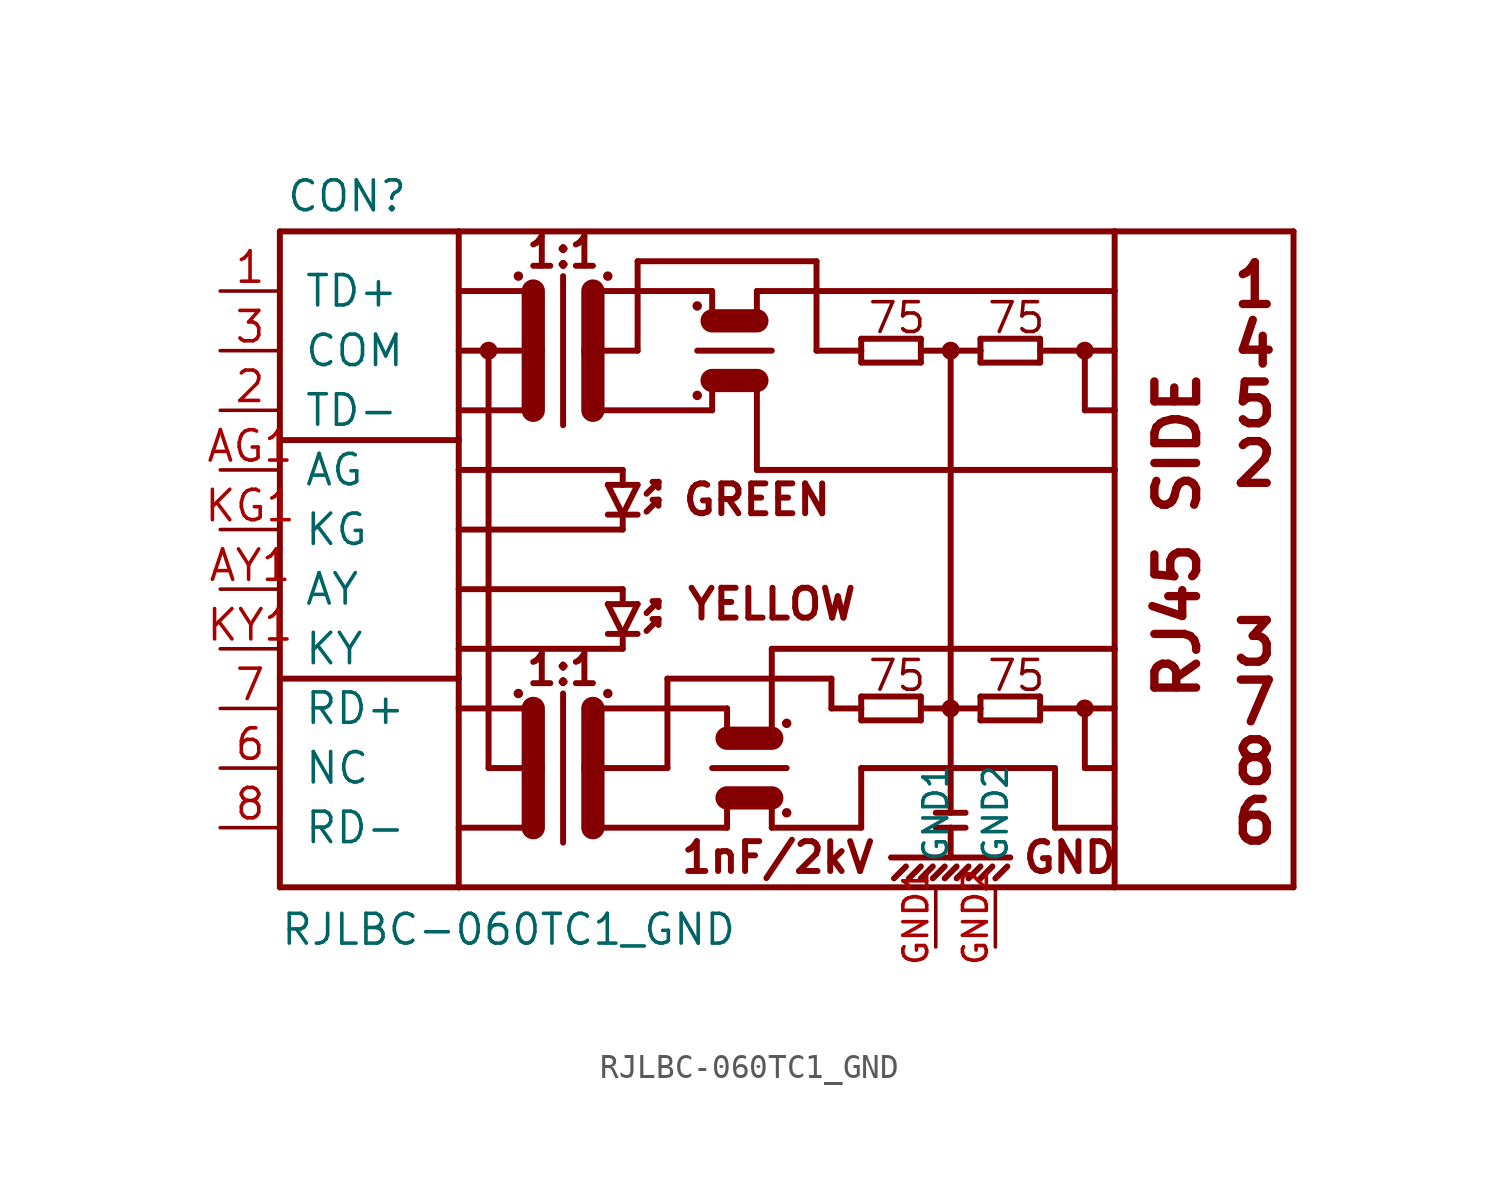
<source format=kicad_sym>
(kicad_symbol_lib
  (version 20211014)
  (generator kicad_symbol_editor)
  (symbol "RJLBC-060TC1_GND"
    (pin_names
      (offset 1.016))
    (property "Reference" "CON"
      (at -22.606 16.002 0)
      (effects (font (size 1.27 1.27)) (justify left bottom)))
    (property "Value" "RJLBC-060TC1_GND"
      (at -22.86 -15.24 0)
      (effects (font (size 1.27 1.27)) (justify left bottom)))
    (property "ki_locked" ""
      (at 0 0 0)
      (effects (font (size 1.27 1.27))))
    (symbol "RJLBC-060TC1_GND_1_0"
      (polyline (pts (xy -22.86 -12.7) (xy -15.24 -12.7)) (stroke (width 0.254) (type default) (color 0 0 0 0)) (fill (type none)))
      (polyline (pts (xy -22.86 -3.81) (xy -22.86 -12.7)) (stroke (width 0.254) (type default) (color 0 0 0 0)) (fill (type none)))
      (polyline (pts (xy -22.86 -3.81) (xy -15.24 -3.81)) (stroke (width 0.254) (type default) (color 0 0 0 0)) (fill (type none)))
      (polyline (pts (xy -22.86 6.35) (xy -22.86 -3.81)) (stroke (width 0.254) (type default) (color 0 0 0 0)) (fill (type none)))
      (polyline (pts (xy -22.86 6.35) (xy -15.24 6.35)) (stroke (width 0.254) (type default) (color 0 0 0 0)) (fill (type none)))
      (polyline (pts (xy -22.86 15.24) (xy -22.86 6.35)) (stroke (width 0.254) (type default) (color 0 0 0 0)) (fill (type none)))
      (polyline (pts (xy -22.86 15.24) (xy -15.24 15.24)) (stroke (width 0.254) (type default) (color 0 0 0 0)) (fill (type none)))
      (polyline (pts (xy -15.24 -12.7) (xy 12.7 -12.7)) (stroke (width 0.254) (type default) (color 0 0 0 0)) (fill (type none)))
      (polyline (pts (xy -15.24 -10.16) (xy -15.24 -12.7)) (stroke (width 0.254) (type default) (color 0 0 0 0)) (fill (type none)))
      (polyline (pts (xy -15.24 -10.16) (xy -12.065 -10.16)) (stroke (width 0.254) (type default) (color 0 0 0 0)) (fill (type none)))
      (polyline (pts (xy -15.24 -5.08) (xy -15.24 -10.16)) (stroke (width 0.254) (type default) (color 0 0 0 0)) (fill (type none)))
      (polyline (pts (xy -15.24 -3.81) (xy -15.24 -5.08)) (stroke (width 0.254) (type default) (color 0 0 0 0)) (fill (type none)))
      (polyline (pts (xy -15.24 -2.54) (xy -15.24 -3.81)) (stroke (width 0.254) (type default) (color 0 0 0 0)) (fill (type none)))
      (polyline (pts (xy -15.24 0) (xy -15.24 -2.54)) (stroke (width 0.254) (type default) (color 0 0 0 0)) (fill (type none)))
      (polyline (pts (xy -15.24 2.54) (xy -15.24 0)) (stroke (width 0.254) (type default) (color 0 0 0 0)) (fill (type none)))
      (polyline (pts (xy -15.24 5.08) (xy -15.24 2.54)) (stroke (width 0.254) (type default) (color 0 0 0 0)) (fill (type none)))
      (polyline (pts (xy -15.24 6.35) (xy -15.24 5.08)) (stroke (width 0.254) (type default) (color 0 0 0 0)) (fill (type none)))
      (polyline (pts (xy -15.24 10.16) (xy -15.24 6.35)) (stroke (width 0.254) (type default) (color 0 0 0 0)) (fill (type none)))
      (polyline (pts (xy -15.24 15.24) (xy -15.24 10.16)) (stroke (width 0.254) (type default) (color 0 0 0 0)) (fill (type none)))
      (polyline (pts (xy -15.24 15.24) (xy 12.7 15.24)) (stroke (width 0.254) (type default) (color 0 0 0 0)) (fill (type none)))
      (polyline (pts (xy -13.97 -7.62) (xy -12.065 -7.62)) (stroke (width 0.254) (type default) (color 0 0 0 0)) (fill (type none)))
      (polyline (pts (xy -13.97 10.16) (xy -15.24 10.16)) (stroke (width 0.254) (type default) (color 0 0 0 0)) (fill (type none)))
      (polyline (pts (xy -13.97 10.16) (xy -13.97 -7.62)) (stroke (width 0.254) (type default) (color 0 0 0 0)) (fill (type none)))
      (polyline (pts (xy -12.065 -7.62) (xy -12.065 -10.16)) (stroke (width 0.991) (type default) (color 0 0 0 0)) (fill (type none)))
      (polyline (pts (xy -12.065 -5.08) (xy -15.24 -5.08)) (stroke (width 0.254) (type default) (color 0 0 0 0)) (fill (type none)))
      (polyline (pts (xy -12.065 -5.08) (xy -12.065 -7.62)) (stroke (width 0.991) (type default) (color 0 0 0 0)) (fill (type none)))
      (polyline (pts (xy -12.065 7.62) (xy -15.24 7.62)) (stroke (width 0.254) (type default) (color 0 0 0 0)) (fill (type none)))
      (polyline (pts (xy -12.065 10.16) (xy -13.97 10.16)) (stroke (width 0.254) (type default) (color 0 0 0 0)) (fill (type none)))
      (polyline (pts (xy -12.065 10.16) (xy -12.065 7.62)) (stroke (width 0.991) (type default) (color 0 0 0 0)) (fill (type none)))
      (polyline (pts (xy -12.065 12.7) (xy -15.24 12.7)) (stroke (width 0.254) (type default) (color 0 0 0 0)) (fill (type none)))
      (polyline (pts (xy -12.065 12.7) (xy -12.065 10.16)) (stroke (width 0.991) (type default) (color 0 0 0 0)) (fill (type none)))
      (polyline (pts (xy -10.795 -4.445) (xy -10.795 -10.795)) (stroke (width 0.254) (type default) (color 0 0 0 0)) (fill (type none)))
      (polyline (pts (xy -10.795 13.335) (xy -10.795 6.985)) (stroke (width 0.254) (type default) (color 0 0 0 0)) (fill (type none)))
      (polyline (pts (xy -9.525 -7.62) (xy -9.525 -10.16)) (stroke (width 0.991) (type default) (color 0 0 0 0)) (fill (type none)))
      (polyline (pts (xy -9.525 -7.62) (xy -6.35 -7.62)) (stroke (width 0.254) (type default) (color 0 0 0 0)) (fill (type none)))
      (polyline (pts (xy -9.525 -5.08) (xy -9.525 -7.62)) (stroke (width 0.991) (type default) (color 0 0 0 0)) (fill (type none)))
      (polyline (pts (xy -9.525 -5.08) (xy -3.81 -5.08)) (stroke (width 0.254) (type default) (color 0 0 0 0)) (fill (type none)))
      (polyline (pts (xy -9.525 10.16) (xy -9.525 7.62)) (stroke (width 0.991) (type default) (color 0 0 0 0)) (fill (type none)))
      (polyline (pts (xy -9.525 10.16) (xy -7.62 10.16)) (stroke (width 0.254) (type default) (color 0 0 0 0)) (fill (type none)))
      (polyline (pts (xy -9.525 12.7) (xy -9.525 10.16)) (stroke (width 0.991) (type default) (color 0 0 0 0)) (fill (type none)))
      (polyline (pts (xy -9.525 12.7) (xy -4.445 12.7)) (stroke (width 0.254) (type default) (color 0 0 0 0)) (fill (type none)))
      (polyline (pts (xy -8.89 -1.905) (xy -8.255 -1.905)) (stroke (width 0.254) (type default) (color 0 0 0 0)) (fill (type none)))
      (polyline (pts (xy -8.89 -0.635) (xy -8.255 -0.635)) (stroke (width 0.254) (type default) (color 0 0 0 0)) (fill (type none)))
      (polyline (pts (xy -8.89 3.175) (xy -8.255 3.175)) (stroke (width 0.254) (type default) (color 0 0 0 0)) (fill (type none)))
      (polyline (pts (xy -8.89 4.445) (xy -8.255 4.445)) (stroke (width 0.254) (type default) (color 0 0 0 0)) (fill (type none)))
      (polyline (pts (xy -8.255 -2.54) (xy -15.24 -2.54)) (stroke (width 0.254) (type default) (color 0 0 0 0)) (fill (type none)))
      (polyline (pts (xy -8.255 -1.905) (xy -8.89 -0.635)) (stroke (width 0.254) (type default) (color 0 0 0 0)) (fill (type none)))
      (polyline (pts (xy -8.255 -1.905) (xy -8.255 -2.54)) (stroke (width 0.254) (type default) (color 0 0 0 0)) (fill (type none)))
      (polyline (pts (xy -8.255 -1.905) (xy -7.62 -1.905)) (stroke (width 0.254) (type default) (color 0 0 0 0)) (fill (type none)))
      (polyline (pts (xy -8.255 -0.635) (xy -8.255 0)) (stroke (width 0.254) (type default) (color 0 0 0 0)) (fill (type none)))
      (polyline (pts (xy -8.255 -0.635) (xy -7.62 -0.635)) (stroke (width 0.254) (type default) (color 0 0 0 0)) (fill (type none)))
      (polyline (pts (xy -8.255 0) (xy -15.24 0)) (stroke (width 0.254) (type default) (color 0 0 0 0)) (fill (type none)))
      (polyline (pts (xy -8.255 2.54) (xy -15.24 2.54)) (stroke (width 0.254) (type default) (color 0 0 0 0)) (fill (type none)))
      (polyline (pts (xy -8.255 3.175) (xy -8.89 4.445)) (stroke (width 0.254) (type default) (color 0 0 0 0)) (fill (type none)))
      (polyline (pts (xy -8.255 3.175) (xy -8.255 2.54)) (stroke (width 0.254) (type default) (color 0 0 0 0)) (fill (type none)))
      (polyline (pts (xy -8.255 3.175) (xy -7.62 3.175)) (stroke (width 0.254) (type default) (color 0 0 0 0)) (fill (type none)))
      (polyline (pts (xy -8.255 4.445) (xy -8.255 5.08)) (stroke (width 0.254) (type default) (color 0 0 0 0)) (fill (type none)))
      (polyline (pts (xy -8.255 4.445) (xy -7.62 4.445)) (stroke (width 0.254) (type default) (color 0 0 0 0)) (fill (type none)))
      (polyline (pts (xy -8.255 5.08) (xy -15.24 5.08)) (stroke (width 0.254) (type default) (color 0 0 0 0)) (fill (type none)))
      (polyline (pts (xy -7.62 -0.635) (xy -8.255 -1.905)) (stroke (width 0.254) (type default) (color 0 0 0 0)) (fill (type none)))
      (polyline (pts (xy -7.62 4.445) (xy -8.255 3.175)) (stroke (width 0.254) (type default) (color 0 0 0 0)) (fill (type none)))
      (polyline (pts (xy -7.62 10.16) (xy -7.62 13.97)) (stroke (width 0.254) (type default) (color 0 0 0 0)) (fill (type none)))
      (polyline (pts (xy -7.62 13.97) (xy 0 13.97)) (stroke (width 0.254) (type default) (color 0 0 0 0)) (fill (type none)))
      (polyline (pts (xy -7.239 -1.778) (xy -6.731 -1.27)) (stroke (width 0.254) (type default) (color 0 0 0 0)) (fill (type none)))
      (polyline (pts (xy -7.239 -1.016) (xy -6.731 -0.508)) (stroke (width 0.254) (type default) (color 0 0 0 0)) (fill (type none)))
      (polyline (pts (xy -7.239 3.302) (xy -6.731 3.81)) (stroke (width 0.254) (type default) (color 0 0 0 0)) (fill (type none)))
      (polyline (pts (xy -7.239 4.064) (xy -6.731 4.572)) (stroke (width 0.254) (type default) (color 0 0 0 0)) (fill (type none)))
      (polyline (pts (xy -6.731 -1.27) (xy -6.985 -1.27)) (stroke (width 0.254) (type default) (color 0 0 0 0)) (fill (type none)))
      (polyline (pts (xy -6.731 -1.27) (xy -6.731 -1.524)) (stroke (width 0.254) (type default) (color 0 0 0 0)) (fill (type none)))
      (polyline (pts (xy -6.731 -0.508) (xy -6.985 -0.508)) (stroke (width 0.254) (type default) (color 0 0 0 0)) (fill (type none)))
      (polyline (pts (xy -6.731 -0.508) (xy -6.731 -0.762)) (stroke (width 0.254) (type default) (color 0 0 0 0)) (fill (type none)))
      (polyline (pts (xy -6.731 3.81) (xy -6.985 3.81)) (stroke (width 0.254) (type default) (color 0 0 0 0)) (fill (type none)))
      (polyline (pts (xy -6.731 3.81) (xy -6.731 3.556)) (stroke (width 0.254) (type default) (color 0 0 0 0)) (fill (type none)))
      (polyline (pts (xy -6.731 4.572) (xy -6.985 4.572)) (stroke (width 0.254) (type default) (color 0 0 0 0)) (fill (type none)))
      (polyline (pts (xy -6.731 4.572) (xy -6.731 4.318)) (stroke (width 0.254) (type default) (color 0 0 0 0)) (fill (type none)))
      (polyline (pts (xy -6.35 -7.62) (xy -6.35 -3.81)) (stroke (width 0.254) (type default) (color 0 0 0 0)) (fill (type none)))
      (polyline (pts (xy -6.35 -3.81) (xy 0.635 -3.81)) (stroke (width 0.254) (type default) (color 0 0 0 0)) (fill (type none)))
      (polyline (pts (xy -5.08 10.16) (xy -1.905 10.16)) (stroke (width 0.254) (type default) (color 0 0 0 0)) (fill (type none)))
      (polyline (pts (xy -4.445 -7.62) (xy -1.27 -7.62)) (stroke (width 0.254) (type default) (color 0 0 0 0)) (fill (type none)))
      (polyline (pts (xy -4.445 7.62) (xy -9.525 7.62)) (stroke (width 0.254) (type default) (color 0 0 0 0)) (fill (type none)))
      (polyline (pts (xy -4.445 8.89) (xy -4.445 7.62)) (stroke (width 0.254) (type default) (color 0 0 0 0)) (fill (type none)))
      (polyline (pts (xy -4.445 8.89) (xy -2.54 8.89)) (stroke (width 0.991) (type default) (color 0 0 0 0)) (fill (type none)))
      (polyline (pts (xy -4.445 11.43) (xy -4.445 12.7)) (stroke (width 0.254) (type default) (color 0 0 0 0)) (fill (type none)))
      (polyline (pts (xy -4.445 11.43) (xy -2.54 11.43)) (stroke (width 0.991) (type default) (color 0 0 0 0)) (fill (type none)))
      (polyline (pts (xy -3.81 -10.16) (xy -9.525 -10.16)) (stroke (width 0.254) (type default) (color 0 0 0 0)) (fill (type none)))
      (polyline (pts (xy -3.81 -10.16) (xy -3.81 -8.89)) (stroke (width 0.254) (type default) (color 0 0 0 0)) (fill (type none)))
      (polyline (pts (xy -3.81 -8.89) (xy -1.905 -8.89)) (stroke (width 0.991) (type default) (color 0 0 0 0)) (fill (type none)))
      (polyline (pts (xy -3.81 -6.35) (xy -3.81 -5.08)) (stroke (width 0.254) (type default) (color 0 0 0 0)) (fill (type none)))
      (polyline (pts (xy -3.81 -6.35) (xy -1.905 -6.35)) (stroke (width 0.991) (type default) (color 0 0 0 0)) (fill (type none)))
      (polyline (pts (xy -2.54 5.08) (xy 12.7 5.08)) (stroke (width 0.254) (type default) (color 0 0 0 0)) (fill (type none)))
      (polyline (pts (xy -2.54 8.89) (xy -2.54 5.08)) (stroke (width 0.254) (type default) (color 0 0 0 0)) (fill (type none)))
      (polyline (pts (xy -2.54 11.43) (xy -2.54 12.7)) (stroke (width 0.254) (type default) (color 0 0 0 0)) (fill (type none)))
      (polyline (pts (xy -2.54 12.7) (xy 12.7 12.7)) (stroke (width 0.254) (type default) (color 0 0 0 0)) (fill (type none)))
      (polyline (pts (xy -1.905 -8.89) (xy -1.905 -10.16)) (stroke (width 0.254) (type default) (color 0 0 0 0)) (fill (type none)))
      (polyline (pts (xy -1.905 -6.35) (xy -1.905 -2.54)) (stroke (width 0.254) (type default) (color 0 0 0 0)) (fill (type none)))
      (polyline (pts (xy -1.905 -2.54) (xy 12.7 -2.54)) (stroke (width 0.254) (type default) (color 0 0 0 0)) (fill (type none)))
      (polyline (pts (xy 0 10.16) (xy 1.905 10.16)) (stroke (width 0.254) (type default) (color 0 0 0 0)) (fill (type none)))
      (polyline (pts (xy 0 13.97) (xy 0 10.16)) (stroke (width 0.254) (type default) (color 0 0 0 0)) (fill (type none)))
      (polyline (pts (xy 0.635 -5.08) (xy 1.905 -5.08)) (stroke (width 0.254) (type default) (color 0 0 0 0)) (fill (type none)))
      (polyline (pts (xy 0.635 -3.81) (xy 0.635 -5.08)) (stroke (width 0.254) (type default) (color 0 0 0 0)) (fill (type none)))
      (polyline (pts (xy 1.905 -10.16) (xy -1.905 -10.16)) (stroke (width 0.254) (type default) (color 0 0 0 0)) (fill (type none)))
      (polyline (pts (xy 1.905 -7.62) (xy 1.905 -10.16)) (stroke (width 0.254) (type default) (color 0 0 0 0)) (fill (type none)))
      (polyline (pts (xy 1.905 -5.588) (xy 4.445 -5.588)) (stroke (width 0.254) (type default) (color 0 0 0 0)) (fill (type none)))
      (polyline (pts (xy 1.905 -5.08) (xy 1.905 -5.588)) (stroke (width 0.254) (type default) (color 0 0 0 0)) (fill (type none)))
      (polyline (pts (xy 1.905 -4.572) (xy 1.905 -5.08)) (stroke (width 0.254) (type default) (color 0 0 0 0)) (fill (type none)))
      (polyline (pts (xy 1.905 9.652) (xy 4.445 9.652)) (stroke (width 0.254) (type default) (color 0 0 0 0)) (fill (type none)))
      (polyline (pts (xy 1.905 10.16) (xy 1.905 9.652)) (stroke (width 0.254) (type default) (color 0 0 0 0)) (fill (type none)))
      (polyline (pts (xy 1.905 10.668) (xy 1.905 10.16)) (stroke (width 0.254) (type default) (color 0 0 0 0)) (fill (type none)))
      (polyline (pts (xy 3.175 -11.43) (xy 8.255 -11.43)) (stroke (width 0.254) (type default) (color 0 0 0 0)) (fill (type none)))
      (polyline (pts (xy 3.302 -12.319) (xy 3.81 -11.811)) (stroke (width 0.254) (type default) (color 0 0 0 0)) (fill (type none)))
      (polyline (pts (xy 3.937 -12.319) (xy 4.445 -11.811)) (stroke (width 0.254) (type default) (color 0 0 0 0)) (fill (type none)))
      (polyline (pts (xy 4.445 -12.319) (xy 4.953 -11.811)) (stroke (width 0.254) (type default) (color 0 0 0 0)) (fill (type none)))
      (polyline (pts (xy 4.445 -5.588) (xy 4.445 -4.572)) (stroke (width 0.254) (type default) (color 0 0 0 0)) (fill (type none)))
      (polyline (pts (xy 4.445 -5.08) (xy 5.715 -5.08)) (stroke (width 0.254) (type default) (color 0 0 0 0)) (fill (type none)))
      (polyline (pts (xy 4.445 -4.572) (xy 1.905 -4.572)) (stroke (width 0.254) (type default) (color 0 0 0 0)) (fill (type none)))
      (polyline (pts (xy 4.445 9.652) (xy 4.445 10.668)) (stroke (width 0.254) (type default) (color 0 0 0 0)) (fill (type none)))
      (polyline (pts (xy 4.445 10.16) (xy 5.715 10.16)) (stroke (width 0.254) (type default) (color 0 0 0 0)) (fill (type none)))
      (polyline (pts (xy 4.445 10.668) (xy 1.905 10.668)) (stroke (width 0.254) (type default) (color 0 0 0 0)) (fill (type none)))
      (polyline (pts (xy 4.953 -12.319) (xy 5.461 -11.811)) (stroke (width 0.254) (type default) (color 0 0 0 0)) (fill (type none)))
      (polyline (pts (xy 5.08 -10.16) (xy 5.715 -10.16)) (stroke (width 0.254) (type default) (color 0 0 0 0)) (fill (type none)))
      (polyline (pts (xy 5.08 -9.525) (xy 6.35 -9.525)) (stroke (width 0.254) (type default) (color 0 0 0 0)) (fill (type none)))
      (polyline (pts (xy 5.461 -12.319) (xy 5.969 -11.811)) (stroke (width 0.254) (type default) (color 0 0 0 0)) (fill (type none)))
      (polyline (pts (xy 5.715 -10.16) (xy 5.715 -11.43)) (stroke (width 0.254) (type default) (color 0 0 0 0)) (fill (type none)))
      (polyline (pts (xy 5.715 -10.16) (xy 6.35 -10.16)) (stroke (width 0.254) (type default) (color 0 0 0 0)) (fill (type none)))
      (polyline (pts (xy 5.715 -5.08) (xy 5.715 -9.525)) (stroke (width 0.254) (type default) (color 0 0 0 0)) (fill (type none)))
      (polyline (pts (xy 5.715 -5.08) (xy 6.985 -5.08)) (stroke (width 0.254) (type default) (color 0 0 0 0)) (fill (type none)))
      (polyline (pts (xy 5.715 10.16) (xy 5.715 -5.08)) (stroke (width 0.254) (type default) (color 0 0 0 0)) (fill (type none)))
      (polyline (pts (xy 5.715 10.16) (xy 6.985 10.16)) (stroke (width 0.254) (type default) (color 0 0 0 0)) (fill (type none)))
      (polyline (pts (xy 5.969 -12.319) (xy 6.477 -11.811)) (stroke (width 0.254) (type default) (color 0 0 0 0)) (fill (type none)))
      (polyline (pts (xy 6.477 -12.319) (xy 6.985 -11.811)) (stroke (width 0.254) (type default) (color 0 0 0 0)) (fill (type none)))
      (polyline (pts (xy 6.985 -12.319) (xy 7.493 -11.811)) (stroke (width 0.254) (type default) (color 0 0 0 0)) (fill (type none)))
      (polyline (pts (xy 6.985 -5.588) (xy 9.525 -5.588)) (stroke (width 0.254) (type default) (color 0 0 0 0)) (fill (type none)))
      (polyline (pts (xy 6.985 -5.08) (xy 6.985 -5.588)) (stroke (width 0.254) (type default) (color 0 0 0 0)) (fill (type none)))
      (polyline (pts (xy 6.985 -4.572) (xy 6.985 -5.08)) (stroke (width 0.254) (type default) (color 0 0 0 0)) (fill (type none)))
      (polyline (pts (xy 6.985 9.652) (xy 9.525 9.652)) (stroke (width 0.254) (type default) (color 0 0 0 0)) (fill (type none)))
      (polyline (pts (xy 6.985 10.16) (xy 6.985 9.652)) (stroke (width 0.254) (type default) (color 0 0 0 0)) (fill (type none)))
      (polyline (pts (xy 6.985 10.668) (xy 6.985 10.16)) (stroke (width 0.254) (type default) (color 0 0 0 0)) (fill (type none)))
      (polyline (pts (xy 7.62 -12.319) (xy 8.128 -11.811)) (stroke (width 0.254) (type default) (color 0 0 0 0)) (fill (type none)))
      (polyline (pts (xy 9.525 -5.588) (xy 9.525 -5.08)) (stroke (width 0.254) (type default) (color 0 0 0 0)) (fill (type none)))
      (polyline (pts (xy 9.525 -5.08) (xy 9.525 -4.572)) (stroke (width 0.254) (type default) (color 0 0 0 0)) (fill (type none)))
      (polyline (pts (xy 9.525 -5.08) (xy 11.43 -5.08)) (stroke (width 0.254) (type default) (color 0 0 0 0)) (fill (type none)))
      (polyline (pts (xy 9.525 -4.572) (xy 6.985 -4.572)) (stroke (width 0.254) (type default) (color 0 0 0 0)) (fill (type none)))
      (polyline (pts (xy 9.525 9.652) (xy 9.525 10.16)) (stroke (width 0.254) (type default) (color 0 0 0 0)) (fill (type none)))
      (polyline (pts (xy 9.525 10.16) (xy 9.525 10.668)) (stroke (width 0.254) (type default) (color 0 0 0 0)) (fill (type none)))
      (polyline (pts (xy 9.525 10.16) (xy 11.43 10.16)) (stroke (width 0.254) (type default) (color 0 0 0 0)) (fill (type none)))
      (polyline (pts (xy 9.525 10.668) (xy 6.985 10.668)) (stroke (width 0.254) (type default) (color 0 0 0 0)) (fill (type none)))
      (polyline (pts (xy 10.16 -10.16) (xy 10.16 -7.62)) (stroke (width 0.254) (type default) (color 0 0 0 0)) (fill (type none)))
      (polyline (pts (xy 10.16 -7.62) (xy 1.905 -7.62)) (stroke (width 0.254) (type default) (color 0 0 0 0)) (fill (type none)))
      (polyline (pts (xy 11.43 -7.62) (xy 12.7 -7.62)) (stroke (width 0.254) (type default) (color 0 0 0 0)) (fill (type none)))
      (polyline (pts (xy 11.43 -5.08) (xy 11.43 -7.62)) (stroke (width 0.254) (type default) (color 0 0 0 0)) (fill (type none)))
      (polyline (pts (xy 11.43 -5.08) (xy 12.7 -5.08)) (stroke (width 0.254) (type default) (color 0 0 0 0)) (fill (type none)))
      (polyline (pts (xy 11.43 7.62) (xy 12.7 7.62)) (stroke (width 0.254) (type default) (color 0 0 0 0)) (fill (type none)))
      (polyline (pts (xy 11.43 10.16) (xy 11.43 7.62)) (stroke (width 0.254) (type default) (color 0 0 0 0)) (fill (type none)))
      (polyline (pts (xy 11.43 10.16) (xy 12.7 10.16)) (stroke (width 0.254) (type default) (color 0 0 0 0)) (fill (type none)))
      (polyline (pts (xy 12.7 -12.7) (xy 20.32 -12.7)) (stroke (width 0.254) (type default) (color 0 0 0 0)) (fill (type none)))
      (polyline (pts (xy 12.7 -10.16) (xy 10.16 -10.16)) (stroke (width 0.254) (type default) (color 0 0 0 0)) (fill (type none)))
      (polyline (pts (xy 12.7 -10.16) (xy 12.7 -12.7)) (stroke (width 0.254) (type default) (color 0 0 0 0)) (fill (type none)))
      (polyline (pts (xy 12.7 -2.54) (xy 12.7 -10.16)) (stroke (width 0.254) (type default) (color 0 0 0 0)) (fill (type none)))
      (polyline (pts (xy 12.7 5.08) (xy 12.7 -2.54)) (stroke (width 0.254) (type default) (color 0 0 0 0)) (fill (type none)))
      (polyline (pts (xy 12.7 7.62) (xy 12.7 5.08)) (stroke (width 0.254) (type default) (color 0 0 0 0)) (fill (type none)))
      (polyline (pts (xy 12.7 10.16) (xy 12.7 7.62)) (stroke (width 0.254) (type default) (color 0 0 0 0)) (fill (type none)))
      (polyline (pts (xy 12.7 12.7) (xy 12.7 10.16)) (stroke (width 0.254) (type default) (color 0 0 0 0)) (fill (type none)))
      (polyline (pts (xy 12.7 15.24) (xy 12.7 12.7)) (stroke (width 0.254) (type default) (color 0 0 0 0)) (fill (type none)))
      (polyline (pts (xy 12.7 15.24) (xy 20.32 15.24)) (stroke (width 0.254) (type default) (color 0 0 0 0)) (fill (type none)))
      (polyline (pts (xy 20.32 15.24) (xy 20.32 -12.7)) (stroke (width 0.254) (type default) (color 0 0 0 0)) (fill (type none)))
      (text "1" (at 18.669 12.954 0) (effects (font (size 1.778 1.778) bold)))
      (text "1:1" (at -10.795 -3.429 0) (effects (font (size 1.27 1.27) bold)))
      (text "1:1" (at -10.795 14.351 0) (effects (font (size 1.27 1.27) bold)))
      (text "1nF/2kV" (at -1.651 -11.43 0) (effects (font (size 1.27 1.27) bold)))
      (text "2" (at 18.669 5.334 0) (effects (font (size 1.778 1.778) bold)))
      (text "3" (at 18.669 -2.286 0) (effects (font (size 1.778 1.778) bold)))
      (text "4" (at 18.669 10.414 0) (effects (font (size 1.778 1.778) bold)))
      (text "5" (at 18.669 7.874 0) (effects (font (size 1.778 1.778) bold)))
      (text "6" (at 18.669 -9.906 0) (effects (font (size 1.778 1.778) bold)))
      (text "7" (at 18.669 -4.826 0) (effects (font (size 1.778 1.778) bold)))
      (text "75" (at 3.429 -3.683 0) (effects (font (size 1.27 1.27))))
      (text "75" (at 3.429 11.557 0) (effects (font (size 1.27 1.27))))
      (text "75" (at 8.509 -3.683 0) (effects (font (size 1.27 1.27))))
      (text "75" (at 8.509 11.557 0) (effects (font (size 1.27 1.27))))
      (text "8" (at 18.669 -7.366 0) (effects (font (size 1.778 1.778) bold)))
      (text "GND" (at 10.795 -11.43 0) (effects (font (size 1.27 1.27) bold)))
      (text "GREEN" (at -2.54 3.81 0) (effects (font (size 1.27 1.27) bold)))
      (text "RJ45 SIDE" (at 15.367 2.286 900) (effects (font (size 1.778 1.778) bold)))
      (text "YELLOW" (at -1.905 -0.635 0) (effects (font (size 1.27 1.27) bold))))
    (symbol "RJLBC-060TC1_GND_1_1"
      (circle (center -13.97 10.16) (radius 0.254) (stroke (width 0.254) (type default) (color 0 0 0 0)) (fill (type none)))
      (circle (center -12.7 -4.445) (radius 0.127) (stroke (width 0) (type default) (color 0 0 0 0)) (fill (type outline)))
      (circle (center -12.7 13.335) (radius 0.127) (stroke (width 0) (type default) (color 0 0 0 0)) (fill (type outline)))
      (circle (center -8.89 -4.445) (radius 0.127) (stroke (width 0) (type default) (color 0 0 0 0)) (fill (type outline)))
      (circle (center -8.89 13.335) (radius 0.127) (stroke (width 0) (type default) (color 0 0 0 0)) (fill (type outline)))
      (circle (center -5.08 8.255) (radius 0.127) (stroke (width 0) (type default) (color 0 0 0 0)) (fill (type outline)))
      (circle (center -5.08 12.065) (radius 0.127) (stroke (width 0) (type default) (color 0 0 0 0)) (fill (type outline)))
      (circle (center -1.27 -9.525) (radius 0.127) (stroke (width 0) (type default) (color 0 0 0 0)) (fill (type outline)))
      (circle (center -1.27 -5.715) (radius 0.127) (stroke (width 0) (type default) (color 0 0 0 0)) (fill (type outline)))
      (circle (center 5.715 -5.08) (radius 0.254) (stroke (width 0.254) (type default) (color 0 0 0 0)) (fill (type none)))
      (circle (center 5.715 10.16) (radius 0.254) (stroke (width 0.254) (type default) (color 0 0 0 0)) (fill (type none)))
      (circle (center 11.43 -5.08) (radius 0.254) (stroke (width 0.254) (type default) (color 0 0 0 0)) (fill (type none)))
      (circle (center 11.43 10.16) (radius 0.254) (stroke (width 0.254) (type default) (color 0 0 0 0)) (fill (type none)))
      (pin bidirectional line (at -25.4 12.7 0) (length 2.54) (name "TD+" (effects (font (size 1.295 1.295)))) (number "1" (effects (font (size 1.295 1.295)))))
      (pin bidirectional line (at -25.4 7.62 0) (length 2.54) (name "TD-" (effects (font (size 1.295 1.295)))) (number "2" (effects (font (size 1.295 1.295)))))
      (pin bidirectional line (at -25.4 10.16 0) (length 2.54) (name "COM" (effects (font (size 1.295 1.295)))) (number "3" (effects (font (size 1.295 1.295)))))
      (pin bidirectional line (at -25.4 -7.62 0) (length 2.54) (name "NC" (effects (font (size 1.295 1.295)))) (number "6" (effects (font (size 1.295 1.295)))))
      (pin bidirectional line (at -25.4 -5.08 0) (length 2.54) (name "RD+" (effects (font (size 1.295 1.295)))) (number "7" (effects (font (size 1.295 1.295)))))
      (pin bidirectional line (at -25.4 -10.16 0) (length 2.54) (name "RD-" (effects (font (size 1.295 1.295)))) (number "8" (effects (font (size 1.295 1.295)))))
      (pin passive line (at -25.4 5.08 0) (length 2.54) (name "AG" (effects (font (size 1.295 1.295)))) (number "AG1" (effects (font (size 1.295 1.295)))))
      (pin passive line (at -25.4 0 0) (length 2.54) (name "AY" (effects (font (size 1.295 1.295)))) (number "AY1" (effects (font (size 1.295 1.295)))))
      (pin input line (at 5.08 -15.24 90) (length 2.54) (name "GND1" (effects (font (size 1.016 1.016)))) (number "GND1" (effects (font (size 1.016 1.016)))))
      (pin input line (at 7.62 -15.24 90) (length 2.54) (name "GND2" (effects (font (size 1.016 1.016)))) (number "GND2" (effects (font (size 1.016 1.016)))))
      (pin passive line (at -25.4 2.54 0) (length 2.54) (name "KG" (effects (font (size 1.295 1.295)))) (number "KG1" (effects (font (size 1.295 1.295)))))
      (pin passive line (at -25.4 -2.54 0) (length 2.54) (name "KY" (effects (font (size 1.295 1.295)))) (number "KY1" (effects (font (size 1.295 1.295))))))))
</source>
